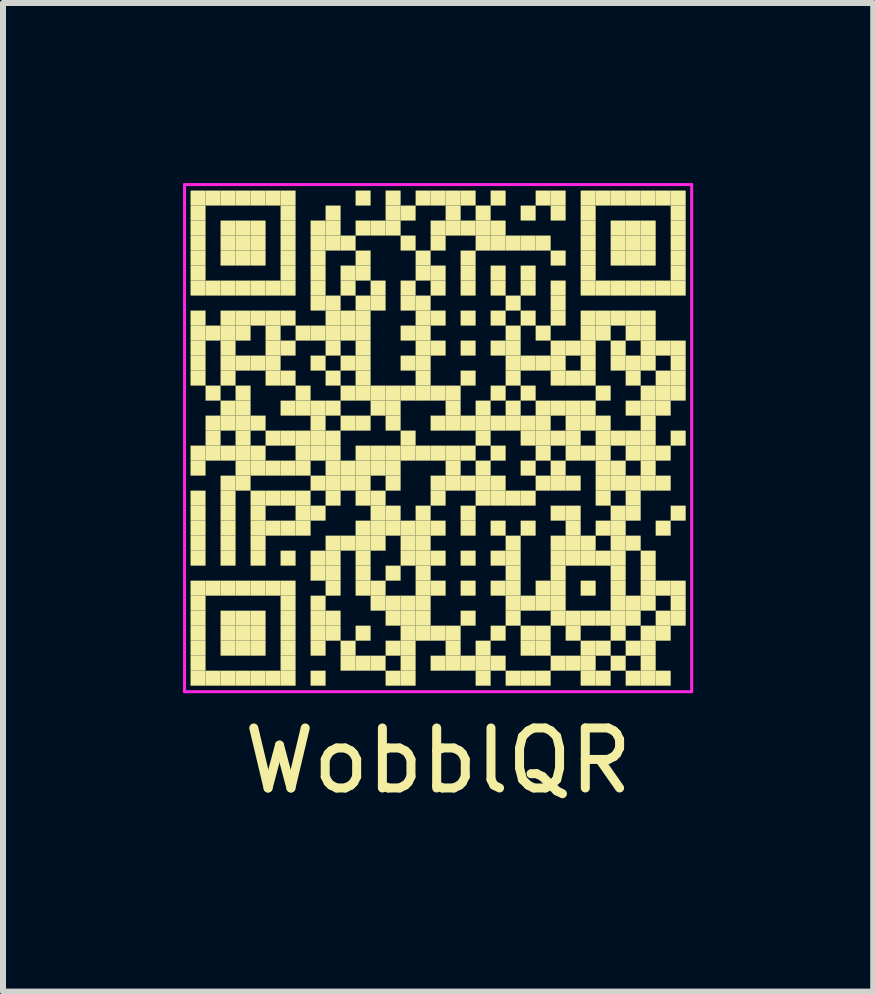
<source format=kicad_pcb>
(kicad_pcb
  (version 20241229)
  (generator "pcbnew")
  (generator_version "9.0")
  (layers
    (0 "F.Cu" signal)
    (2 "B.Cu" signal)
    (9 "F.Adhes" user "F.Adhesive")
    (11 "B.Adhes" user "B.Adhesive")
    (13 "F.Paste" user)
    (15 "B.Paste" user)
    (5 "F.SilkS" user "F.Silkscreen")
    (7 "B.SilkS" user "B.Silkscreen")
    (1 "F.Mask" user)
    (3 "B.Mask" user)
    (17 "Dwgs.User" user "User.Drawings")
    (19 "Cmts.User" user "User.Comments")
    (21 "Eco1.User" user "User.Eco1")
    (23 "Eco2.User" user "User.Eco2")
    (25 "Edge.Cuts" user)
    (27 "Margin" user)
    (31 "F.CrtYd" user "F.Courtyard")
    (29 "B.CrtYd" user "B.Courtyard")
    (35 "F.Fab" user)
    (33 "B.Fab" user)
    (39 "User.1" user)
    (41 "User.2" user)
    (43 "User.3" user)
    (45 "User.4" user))
  (footprint "WobblQR"
    (layer "F.Cu")
    (at 4.25 4.25)
    (property "Reference" "WobblQR" (at 0 5.375 0) (layer "F.SilkS") (effects (font (size 1 1) (thickness 0.15))))
    (fp_rect (start -4.125 -4.125) (end -3.875 -3.875) (stroke (width 0) (type default)) (fill yes) (layer "F.SilkS"))
    (fp_rect (start -4.125 -3.875) (end -3.875 -3.625) (stroke (width 0) (type default)) (fill yes) (layer "F.SilkS"))
    (fp_rect (start -4.125 -3.625) (end -3.875 -3.375) (stroke (width 0) (type default)) (fill yes) (layer "F.SilkS"))
    (fp_rect (start -4.125 -3.375) (end -3.875 -3.125) (stroke (width 0) (type default)) (fill yes) (layer "F.SilkS"))
    (fp_rect (start -4.125 -3.125) (end -3.875 -2.875) (stroke (width 0) (type default)) (fill yes) (layer "F.SilkS"))
    (fp_rect (start -4.125 -2.875) (end -3.875 -2.625) (stroke (width 0) (type default)) (fill yes) (layer "F.SilkS"))
    (fp_rect (start -4.125 -2.625) (end -3.875 -2.375) (stroke (width 0) (type default)) (fill yes) (layer "F.SilkS"))
    (fp_rect (start -4.125 -2.125) (end -3.875 -1.875) (stroke (width 0) (type default)) (fill yes) (layer "F.SilkS"))
    (fp_rect (start -4.125 -1.875) (end -3.875 -1.625) (stroke (width 0) (type default)) (fill yes) (layer "F.SilkS"))
    (fp_rect (start -4.125 -1.625) (end -3.875 -1.375) (stroke (width 0) (type default)) (fill yes) (layer "F.SilkS"))
    (fp_rect (start -4.125 -1.375) (end -3.875 -1.125) (stroke (width 0) (type default)) (fill yes) (layer "F.SilkS"))
    (fp_rect (start -4.125 -1.125) (end -3.875 -0.875) (stroke (width 0) (type default)) (fill yes) (layer "F.SilkS"))
    (fp_rect (start -4.125 0.125) (end -3.875 0.375) (stroke (width 0) (type default)) (fill yes) (layer "F.SilkS"))
    (fp_rect (start -4.125 0.375) (end -3.875 0.625) (stroke (width 0) (type default)) (fill yes) (layer "F.SilkS"))
    (fp_rect (start -4.125 0.875) (end -3.875 1.125) (stroke (width 0) (type default)) (fill yes) (layer "F.SilkS"))
    (fp_rect (start -4.125 1.125) (end -3.875 1.375) (stroke (width 0) (type default)) (fill yes) (layer "F.SilkS"))
    (fp_rect (start -4.125 1.375) (end -3.875 1.625) (stroke (width 0) (type default)) (fill yes) (layer "F.SilkS"))
    (fp_rect (start -4.125 1.625) (end -3.875 1.875) (stroke (width 0) (type default)) (fill yes) (layer "F.SilkS"))
    (fp_rect (start -4.125 1.875) (end -3.875 2.125) (stroke (width 0) (type default)) (fill yes) (layer "F.SilkS"))
    (fp_rect (start -4.125 2.375) (end -3.875 2.625) (stroke (width 0) (type default)) (fill yes) (layer "F.SilkS"))
    (fp_rect (start -4.125 2.625) (end -3.875 2.875) (stroke (width 0) (type default)) (fill yes) (layer "F.SilkS"))
    (fp_rect (start -4.125 2.875) (end -3.875 3.125) (stroke (width 0) (type default)) (fill yes) (layer "F.SilkS"))
    (fp_rect (start -4.125 3.125) (end -3.875 3.375) (stroke (width 0) (type default)) (fill yes) (layer "F.SilkS"))
    (fp_rect (start -4.125 3.375) (end -3.875 3.625) (stroke (width 0) (type default)) (fill yes) (layer "F.SilkS"))
    (fp_rect (start -4.125 3.625) (end -3.875 3.875) (stroke (width 0) (type default)) (fill yes) (layer "F.SilkS"))
    (fp_rect (start -4.125 3.875) (end -3.875 4.125) (stroke (width 0) (type default)) (fill yes) (layer "F.SilkS"))
    (fp_rect (start -3.875 -4.125) (end -3.625 -3.875) (stroke (width 0) (type default)) (fill yes) (layer "F.SilkS"))
    (fp_rect (start -3.875 -2.625) (end -3.625 -2.375) (stroke (width 0) (type default)) (fill yes) (layer "F.SilkS"))
    (fp_rect (start -3.875 -1.875) (end -3.625 -1.625) (stroke (width 0) (type default)) (fill yes) (layer "F.SilkS"))
    (fp_rect (start -3.875 -0.875) (end -3.625 -0.625) (stroke (width 0) (type default)) (fill yes) (layer "F.SilkS"))
    (fp_rect (start -3.875 -0.375) (end -3.625 -0.125) (stroke (width 0) (type default)) (fill yes) (layer "F.SilkS"))
    (fp_rect (start -3.875 -0.125) (end -3.625 0.125) (stroke (width 0) (type default)) (fill yes) (layer "F.SilkS"))
    (fp_rect (start -3.875 0.125) (end -3.625 0.375) (stroke (width 0) (type default)) (fill yes) (layer "F.SilkS"))
    (fp_rect (start -3.875 2.375) (end -3.625 2.625) (stroke (width 0) (type default)) (fill yes) (layer "F.SilkS"))
    (fp_rect (start -3.875 3.875) (end -3.625 4.125) (stroke (width 0) (type default)) (fill yes) (layer "F.SilkS"))
    (fp_rect (start -3.625 -4.125) (end -3.375 -3.875) (stroke (width 0) (type default)) (fill yes) (layer "F.SilkS"))
    (fp_rect (start -3.625 -3.625) (end -3.375 -3.375) (stroke (width 0) (type default)) (fill yes) (layer "F.SilkS"))
    (fp_rect (start -3.625 -3.375) (end -3.375 -3.125) (stroke (width 0) (type default)) (fill yes) (layer "F.SilkS"))
    (fp_rect (start -3.625 -3.125) (end -3.375 -2.875) (stroke (width 0) (type default)) (fill yes) (layer "F.SilkS"))
    (fp_rect (start -3.625 -2.625) (end -3.375 -2.375) (stroke (width 0) (type default)) (fill yes) (layer "F.SilkS"))
    (fp_rect (start -3.625 -2.125) (end -3.375 -1.875) (stroke (width 0) (type default)) (fill yes) (layer "F.SilkS"))
    (fp_rect (start -3.625 -1.875) (end -3.375 -1.625) (stroke (width 0) (type default)) (fill yes) (layer "F.SilkS"))
    (fp_rect (start -3.625 -1.625) (end -3.375 -1.375) (stroke (width 0) (type default)) (fill yes) (layer "F.SilkS"))
    (fp_rect (start -3.625 -1.375) (end -3.375 -1.125) (stroke (width 0) (type default)) (fill yes) (layer "F.SilkS"))
    (fp_rect (start -3.625 -1.125) (end -3.375 -0.875) (stroke (width 0) (type default)) (fill yes) (layer "F.SilkS"))
    (fp_rect (start -3.625 -0.625) (end -3.375 -0.375) (stroke (width 0) (type default)) (fill yes) (layer "F.SilkS"))
    (fp_rect (start -3.625 -0.375) (end -3.375 -0.125) (stroke (width 0) (type default)) (fill yes) (layer "F.SilkS"))
    (fp_rect (start -3.625 0.125) (end -3.375 0.375) (stroke (width 0) (type default)) (fill yes) (layer "F.SilkS"))
    (fp_rect (start -3.625 0.625) (end -3.375 0.875) (stroke (width 0) (type default)) (fill yes) (layer "F.SilkS"))
    (fp_rect (start -3.625 0.875) (end -3.375 1.125) (stroke (width 0) (type default)) (fill yes) (layer "F.SilkS"))
    (fp_rect (start -3.625 1.125) (end -3.375 1.375) (stroke (width 0) (type default)) (fill yes) (layer "F.SilkS"))
    (fp_rect (start -3.625 1.375) (end -3.375 1.625) (stroke (width 0) (type default)) (fill yes) (layer "F.SilkS"))
    (fp_rect (start -3.625 1.625) (end -3.375 1.875) (stroke (width 0) (type default)) (fill yes) (layer "F.SilkS"))
    (fp_rect (start -3.625 1.875) (end -3.375 2.125) (stroke (width 0) (type default)) (fill yes) (layer "F.SilkS"))
    (fp_rect (start -3.625 2.375) (end -3.375 2.625) (stroke (width 0) (type default)) (fill yes) (layer "F.SilkS"))
    (fp_rect (start -3.625 2.875) (end -3.375 3.125) (stroke (width 0) (type default)) (fill yes) (layer "F.SilkS"))
    (fp_rect (start -3.625 3.125) (end -3.375 3.375) (stroke (width 0) (type default)) (fill yes) (layer "F.SilkS"))
    (fp_rect (start -3.625 3.375) (end -3.375 3.625) (stroke (width 0) (type default)) (fill yes) (layer "F.SilkS"))
    (fp_rect (start -3.625 3.875) (end -3.375 4.125) (stroke (width 0) (type default)) (fill yes) (layer "F.SilkS"))
    (fp_rect (start -3.375 -4.125) (end -3.125 -3.875) (stroke (width 0) (type default)) (fill yes) (layer "F.SilkS"))
    (fp_rect (start -3.375 -3.625) (end -3.125 -3.375) (stroke (width 0) (type default)) (fill yes) (layer "F.SilkS"))
    (fp_rect (start -3.375 -3.375) (end -3.125 -3.125) (stroke (width 0) (type default)) (fill yes) (layer "F.SilkS"))
    (fp_rect (start -3.375 -3.125) (end -3.125 -2.875) (stroke (width 0) (type default)) (fill yes) (layer "F.SilkS"))
    (fp_rect (start -3.375 -2.625) (end -3.125 -2.375) (stroke (width 0) (type default)) (fill yes) (layer "F.SilkS"))
    (fp_rect (start -3.375 -2.125) (end -3.125 -1.875) (stroke (width 0) (type default)) (fill yes) (layer "F.SilkS"))
    (fp_rect (start -3.375 -1.875) (end -3.125 -1.625) (stroke (width 0) (type default)) (fill yes) (layer "F.SilkS"))
    (fp_rect (start -3.375 -1.375) (end -3.125 -1.125) (stroke (width 0) (type default)) (fill yes) (layer "F.SilkS"))
    (fp_rect (start -3.375 -0.875) (end -3.125 -0.625) (stroke (width 0) (type default)) (fill yes) (layer "F.SilkS"))
    (fp_rect (start -3.375 -0.625) (end -3.125 -0.375) (stroke (width 0) (type default)) (fill yes) (layer "F.SilkS"))
    (fp_rect (start -3.375 -0.375) (end -3.125 -0.125) (stroke (width 0) (type default)) (fill yes) (layer "F.SilkS"))
    (fp_rect (start -3.375 -0.125) (end -3.125 0.125) (stroke (width 0) (type default)) (fill yes) (layer "F.SilkS"))
    (fp_rect (start -3.375 0.125) (end -3.125 0.375) (stroke (width 0) (type default)) (fill yes) (layer "F.SilkS"))
    (fp_rect (start -3.375 0.375) (end -3.125 0.625) (stroke (width 0) (type default)) (fill yes) (layer "F.SilkS"))
    (fp_rect (start -3.375 0.625) (end -3.125 0.875) (stroke (width 0) (type default)) (fill yes) (layer "F.SilkS"))
    (fp_rect (start -3.375 2.375) (end -3.125 2.625) (stroke (width 0) (type default)) (fill yes) (layer "F.SilkS"))
    (fp_rect (start -3.375 2.875) (end -3.125 3.125) (stroke (width 0) (type default)) (fill yes) (layer "F.SilkS"))
    (fp_rect (start -3.375 3.125) (end -3.125 3.375) (stroke (width 0) (type default)) (fill yes) (layer "F.SilkS"))
    (fp_rect (start -3.375 3.375) (end -3.125 3.625) (stroke (width 0) (type default)) (fill yes) (layer "F.SilkS"))
    (fp_rect (start -3.375 3.875) (end -3.125 4.125) (stroke (width 0) (type default)) (fill yes) (layer "F.SilkS"))
    (fp_rect (start -3.125 -4.125) (end -2.875 -3.875) (stroke (width 0) (type default)) (fill yes) (layer "F.SilkS"))
    (fp_rect (start -3.125 -3.625) (end -2.875 -3.375) (stroke (width 0) (type default)) (fill yes) (layer "F.SilkS"))
    (fp_rect (start -3.125 -3.375) (end -2.875 -3.125) (stroke (width 0) (type default)) (fill yes) (layer "F.SilkS"))
    (fp_rect (start -3.125 -3.125) (end -2.875 -2.875) (stroke (width 0) (type default)) (fill yes) (layer "F.SilkS"))
    (fp_rect (start -3.125 -2.625) (end -2.875 -2.375) (stroke (width 0) (type default)) (fill yes) (layer "F.SilkS"))
    (fp_rect (start -3.125 -2.125) (end -2.875 -1.875) (stroke (width 0) (type default)) (fill yes) (layer "F.SilkS"))
    (fp_rect (start -3.125 -1.375) (end -2.875 -1.125) (stroke (width 0) (type default)) (fill yes) (layer "F.SilkS"))
    (fp_rect (start -3.125 -0.375) (end -2.875 -0.125) (stroke (width 0) (type default)) (fill yes) (layer "F.SilkS"))
    (fp_rect (start -3.125 0.125) (end -2.875 0.375) (stroke (width 0) (type default)) (fill yes) (layer "F.SilkS"))
    (fp_rect (start -3.125 0.375) (end -2.875 0.625) (stroke (width 0) (type default)) (fill yes) (layer "F.SilkS"))
    (fp_rect (start -3.125 0.875) (end -2.875 1.125) (stroke (width 0) (type default)) (fill yes) (layer "F.SilkS"))
    (fp_rect (start -3.125 1.125) (end -2.875 1.375) (stroke (width 0) (type default)) (fill yes) (layer "F.SilkS"))
    (fp_rect (start -3.125 1.375) (end -2.875 1.625) (stroke (width 0) (type default)) (fill yes) (layer "F.SilkS"))
    (fp_rect (start -3.125 1.625) (end -2.875 1.875) (stroke (width 0) (type default)) (fill yes) (layer "F.SilkS"))
    (fp_rect (start -3.125 1.875) (end -2.875 2.125) (stroke (width 0) (type default)) (fill yes) (layer "F.SilkS"))
    (fp_rect (start -3.125 2.375) (end -2.875 2.625) (stroke (width 0) (type default)) (fill yes) (layer "F.SilkS"))
    (fp_rect (start -3.125 2.875) (end -2.875 3.125) (stroke (width 0) (type default)) (fill yes) (layer "F.SilkS"))
    (fp_rect (start -3.125 3.125) (end -2.875 3.375) (stroke (width 0) (type default)) (fill yes) (layer "F.SilkS"))
    (fp_rect (start -3.125 3.375) (end -2.875 3.625) (stroke (width 0) (type default)) (fill yes) (layer "F.SilkS"))
    (fp_rect (start -3.125 3.875) (end -2.875 4.125) (stroke (width 0) (type default)) (fill yes) (layer "F.SilkS"))
    (fp_rect (start -2.875 -4.125) (end -2.625 -3.875) (stroke (width 0) (type default)) (fill yes) (layer "F.SilkS"))
    (fp_rect (start -2.875 -2.625) (end -2.625 -2.375) (stroke (width 0) (type default)) (fill yes) (layer "F.SilkS"))
    (fp_rect (start -2.875 -2.125) (end -2.625 -1.875) (stroke (width 0) (type default)) (fill yes) (layer "F.SilkS"))
    (fp_rect (start -2.875 -1.875) (end -2.625 -1.625) (stroke (width 0) (type default)) (fill yes) (layer "F.SilkS"))
    (fp_rect (start -2.875 -1.625) (end -2.625 -1.375) (stroke (width 0) (type default)) (fill yes) (layer "F.SilkS"))
    (fp_rect (start -2.875 -1.375) (end -2.625 -1.125) (stroke (width 0) (type default)) (fill yes) (layer "F.SilkS"))
    (fp_rect (start -2.875 -1.125) (end -2.625 -0.875) (stroke (width 0) (type default)) (fill yes) (layer "F.SilkS"))
    (fp_rect (start -2.875 -0.125) (end -2.625 0.125) (stroke (width 0) (type default)) (fill yes) (layer "F.SilkS"))
    (fp_rect (start -2.875 0.375) (end -2.625 0.625) (stroke (width 0) (type default)) (fill yes) (layer "F.SilkS"))
    (fp_rect (start -2.875 0.875) (end -2.625 1.125) (stroke (width 0) (type default)) (fill yes) (layer "F.SilkS"))
    (fp_rect (start -2.875 1.375) (end -2.625 1.625) (stroke (width 0) (type default)) (fill yes) (layer "F.SilkS"))
    (fp_rect (start -2.875 2.375) (end -2.625 2.625) (stroke (width 0) (type default)) (fill yes) (layer "F.SilkS"))
    (fp_rect (start -2.875 3.875) (end -2.625 4.125) (stroke (width 0) (type default)) (fill yes) (layer "F.SilkS"))
    (fp_rect (start -2.625 -4.125) (end -2.375 -3.875) (stroke (width 0) (type default)) (fill yes) (layer "F.SilkS"))
    (fp_rect (start -2.625 -3.875) (end -2.375 -3.625) (stroke (width 0) (type default)) (fill yes) (layer "F.SilkS"))
    (fp_rect (start -2.625 -3.625) (end -2.375 -3.375) (stroke (width 0) (type default)) (fill yes) (layer "F.SilkS"))
    (fp_rect (start -2.625 -3.375) (end -2.375 -3.125) (stroke (width 0) (type default)) (fill yes) (layer "F.SilkS"))
    (fp_rect (start -2.625 -3.125) (end -2.375 -2.875) (stroke (width 0) (type default)) (fill yes) (layer "F.SilkS"))
    (fp_rect (start -2.625 -2.875) (end -2.375 -2.625) (stroke (width 0) (type default)) (fill yes) (layer "F.SilkS"))
    (fp_rect (start -2.625 -2.625) (end -2.375 -2.375) (stroke (width 0) (type default)) (fill yes) (layer "F.SilkS"))
    (fp_rect (start -2.625 -2.125) (end -2.375 -1.875) (stroke (width 0) (type default)) (fill yes) (layer "F.SilkS"))
    (fp_rect (start -2.625 -1.625) (end -2.375 -1.375) (stroke (width 0) (type default)) (fill yes) (layer "F.SilkS"))
    (fp_rect (start -2.625 -1.125) (end -2.375 -0.875) (stroke (width 0) (type default)) (fill yes) (layer "F.SilkS"))
    (fp_rect (start -2.625 -0.625) (end -2.375 -0.375) (stroke (width 0) (type default)) (fill yes) (layer "F.SilkS"))
    (fp_rect (start -2.625 -0.125) (end -2.375 0.125) (stroke (width 0) (type default)) (fill yes) (layer "F.SilkS"))
    (fp_rect (start -2.625 0.375) (end -2.375 0.625) (stroke (width 0) (type default)) (fill yes) (layer "F.SilkS"))
    (fp_rect (start -2.625 0.875) (end -2.375 1.125) (stroke (width 0) (type default)) (fill yes) (layer "F.SilkS"))
    (fp_rect (start -2.625 1.375) (end -2.375 1.625) (stroke (width 0) (type default)) (fill yes) (layer "F.SilkS"))
    (fp_rect (start -2.625 1.875) (end -2.375 2.125) (stroke (width 0) (type default)) (fill yes) (layer "F.SilkS"))
    (fp_rect (start -2.625 2.375) (end -2.375 2.625) (stroke (width 0) (type default)) (fill yes) (layer "F.SilkS"))
    (fp_rect (start -2.625 2.625) (end -2.375 2.875) (stroke (width 0) (type default)) (fill yes) (layer "F.SilkS"))
    (fp_rect (start -2.625 2.875) (end -2.375 3.125) (stroke (width 0) (type default)) (fill yes) (layer "F.SilkS"))
    (fp_rect (start -2.625 3.125) (end -2.375 3.375) (stroke (width 0) (type default)) (fill yes) (layer "F.SilkS"))
    (fp_rect (start -2.625 3.375) (end -2.375 3.625) (stroke (width 0) (type default)) (fill yes) (layer "F.SilkS"))
    (fp_rect (start -2.625 3.625) (end -2.375 3.875) (stroke (width 0) (type default)) (fill yes) (layer "F.SilkS"))
    (fp_rect (start -2.625 3.875) (end -2.375 4.125) (stroke (width 0) (type default)) (fill yes) (layer "F.SilkS"))
    (fp_rect (start -2.375 -1.875) (end -2.125 -1.625) (stroke (width 0) (type default)) (fill yes) (layer "F.SilkS"))
    (fp_rect (start -2.375 -0.875) (end -2.125 -0.625) (stroke (width 0) (type default)) (fill yes) (layer "F.SilkS"))
    (fp_rect (start -2.375 -0.625) (end -2.125 -0.375) (stroke (width 0) (type default)) (fill yes) (layer "F.SilkS"))
    (fp_rect (start -2.375 -0.125) (end -2.125 0.125) (stroke (width 0) (type default)) (fill yes) (layer "F.SilkS"))
    (fp_rect (start -2.375 0.125) (end -2.125 0.375) (stroke (width 0) (type default)) (fill yes) (layer "F.SilkS"))
    (fp_rect (start -2.375 0.375) (end -2.125 0.625) (stroke (width 0) (type default)) (fill yes) (layer "F.SilkS"))
    (fp_rect (start -2.375 0.875) (end -2.125 1.125) (stroke (width 0) (type default)) (fill yes) (layer "F.SilkS"))
    (fp_rect (start -2.375 1.125) (end -2.125 1.375) (stroke (width 0) (type default)) (fill yes) (layer "F.SilkS"))
    (fp_rect (start -2.375 1.375) (end -2.125 1.625) (stroke (width 0) (type default)) (fill yes) (layer "F.SilkS"))
    (fp_rect (start -2.125 -3.625) (end -1.875 -3.375) (stroke (width 0) (type default)) (fill yes) (layer "F.SilkS"))
    (fp_rect (start -2.125 -3.375) (end -1.875 -3.125) (stroke (width 0) (type default)) (fill yes) (layer "F.SilkS"))
    (fp_rect (start -2.125 -3.125) (end -1.875 -2.875) (stroke (width 0) (type default)) (fill yes) (layer "F.SilkS"))
    (fp_rect (start -2.125 -2.875) (end -1.875 -2.625) (stroke (width 0) (type default)) (fill yes) (layer "F.SilkS"))
    (fp_rect (start -2.125 -2.625) (end -1.875 -2.375) (stroke (width 0) (type default)) (fill yes) (layer "F.SilkS"))
    (fp_rect (start -2.125 -2.375) (end -1.875 -2.125) (stroke (width 0) (type default)) (fill yes) (layer "F.SilkS"))
    (fp_rect (start -2.125 -1.875) (end -1.875 -1.625) (stroke (width 0) (type default)) (fill yes) (layer "F.SilkS"))
    (fp_rect (start -2.125 -1.375) (end -1.875 -1.125) (stroke (width 0) (type default)) (fill yes) (layer "F.SilkS"))
    (fp_rect (start -2.125 -0.625) (end -1.875 -0.375) (stroke (width 0) (type default)) (fill yes) (layer "F.SilkS"))
    (fp_rect (start -2.125 -0.375) (end -1.875 -0.125) (stroke (width 0) (type default)) (fill yes) (layer "F.SilkS"))
    (fp_rect (start -2.125 -0.125) (end -1.875 0.125) (stroke (width 0) (type default)) (fill yes) (layer "F.SilkS"))
    (fp_rect (start -2.125 0.125) (end -1.875 0.375) (stroke (width 0) (type default)) (fill yes) (layer "F.SilkS"))
    (fp_rect (start -2.125 0.625) (end -1.875 0.875) (stroke (width 0) (type default)) (fill yes) (layer "F.SilkS"))
    (fp_rect (start -2.125 1.125) (end -1.875 1.375) (stroke (width 0) (type default)) (fill yes) (layer "F.SilkS"))
    (fp_rect (start -2.125 1.875) (end -1.875 2.125) (stroke (width 0) (type default)) (fill yes) (layer "F.SilkS"))
    (fp_rect (start -2.125 2.125) (end -1.875 2.375) (stroke (width 0) (type default)) (fill yes) (layer "F.SilkS"))
    (fp_rect (start -2.125 2.625) (end -1.875 2.875) (stroke (width 0) (type default)) (fill yes) (layer "F.SilkS"))
    (fp_rect (start -2.125 2.875) (end -1.875 3.125) (stroke (width 0) (type default)) (fill yes) (layer "F.SilkS"))
    (fp_rect (start -2.125 3.125) (end -1.875 3.375) (stroke (width 0) (type default)) (fill yes) (layer "F.SilkS"))
    (fp_rect (start -2.125 3.375) (end -1.875 3.625) (stroke (width 0) (type default)) (fill yes) (layer "F.SilkS"))
    (fp_rect (start -2.125 3.875) (end -1.875 4.125) (stroke (width 0) (type default)) (fill yes) (layer "F.SilkS"))
    (fp_rect (start -1.875 -3.875) (end -1.625 -3.625) (stroke (width 0) (type default)) (fill yes) (layer "F.SilkS"))
    (fp_rect (start -1.875 -3.625) (end -1.625 -3.375) (stroke (width 0) (type default)) (fill yes) (layer "F.SilkS"))
    (fp_rect (start -1.875 -3.375) (end -1.625 -3.125) (stroke (width 0) (type default)) (fill yes) (layer "F.SilkS"))
    (fp_rect (start -1.875 -2.375) (end -1.625 -2.125) (stroke (width 0) (type default)) (fill yes) (layer "F.SilkS"))
    (fp_rect (start -1.875 -2.125) (end -1.625 -1.875) (stroke (width 0) (type default)) (fill yes) (layer "F.SilkS"))
    (fp_rect (start -1.875 -1.875) (end -1.625 -1.625) (stroke (width 0) (type default)) (fill yes) (layer "F.SilkS"))
    (fp_rect (start -1.875 -1.625) (end -1.625 -1.375) (stroke (width 0) (type default)) (fill yes) (layer "F.SilkS"))
    (fp_rect (start -1.875 -1.125) (end -1.625 -0.875) (stroke (width 0) (type default)) (fill yes) (layer "F.SilkS"))
    (fp_rect (start -1.875 -0.625) (end -1.625 -0.375) (stroke (width 0) (type default)) (fill yes) (layer "F.SilkS"))
    (fp_rect (start -1.875 -0.125) (end -1.625 0.125) (stroke (width 0) (type default)) (fill yes) (layer "F.SilkS"))
    (fp_rect (start -1.875 0.125) (end -1.625 0.375) (stroke (width 0) (type default)) (fill yes) (layer "F.SilkS"))
    (fp_rect (start -1.875 0.375) (end -1.625 0.625) (stroke (width 0) (type default)) (fill yes) (layer "F.SilkS"))
    (fp_rect (start -1.875 0.625) (end -1.625 0.875) (stroke (width 0) (type default)) (fill yes) (layer "F.SilkS"))
    (fp_rect (start -1.875 0.875) (end -1.625 1.125) (stroke (width 0) (type default)) (fill yes) (layer "F.SilkS"))
    (fp_rect (start -1.875 1.625) (end -1.625 1.875) (stroke (width 0) (type default)) (fill yes) (layer "F.SilkS"))
    (fp_rect (start -1.875 1.875) (end -1.625 2.125) (stroke (width 0) (type default)) (fill yes) (layer "F.SilkS"))
    (fp_rect (start -1.875 2.125) (end -1.625 2.375) (stroke (width 0) (type default)) (fill yes) (layer "F.SilkS"))
    (fp_rect (start -1.875 2.375) (end -1.625 2.625) (stroke (width 0) (type default)) (fill yes) (layer "F.SilkS"))
    (fp_rect (start -1.875 2.875) (end -1.625 3.125) (stroke (width 0) (type default)) (fill yes) (layer "F.SilkS"))
    (fp_rect (start -1.875 3.125) (end -1.625 3.375) (stroke (width 0) (type default)) (fill yes) (layer "F.SilkS"))
    (fp_rect (start -1.625 -3.375) (end -1.375 -3.125) (stroke (width 0) (type default)) (fill yes) (layer "F.SilkS"))
    (fp_rect (start -1.625 -2.875) (end -1.375 -2.625) (stroke (width 0) (type default)) (fill yes) (layer "F.SilkS"))
    (fp_rect (start -1.625 -2.625) (end -1.375 -2.375) (stroke (width 0) (type default)) (fill yes) (layer "F.SilkS"))
    (fp_rect (start -1.625 -2.125) (end -1.375 -1.875) (stroke (width 0) (type default)) (fill yes) (layer "F.SilkS"))
    (fp_rect (start -1.625 -1.875) (end -1.375 -1.625) (stroke (width 0) (type default)) (fill yes) (layer "F.SilkS"))
    (fp_rect (start -1.625 -1.375) (end -1.375 -1.125) (stroke (width 0) (type default)) (fill yes) (layer "F.SilkS"))
    (fp_rect (start -1.625 -0.875) (end -1.375 -0.625) (stroke (width 0) (type default)) (fill yes) (layer "F.SilkS"))
    (fp_rect (start -1.625 -0.375) (end -1.375 -0.125) (stroke (width 0) (type default)) (fill yes) (layer "F.SilkS"))
    (fp_rect (start -1.625 0.375) (end -1.375 0.625) (stroke (width 0) (type default)) (fill yes) (layer "F.SilkS"))
    (fp_rect (start -1.625 0.625) (end -1.375 0.875) (stroke (width 0) (type default)) (fill yes) (layer "F.SilkS"))
    (fp_rect (start -1.625 1.625) (end -1.375 1.875) (stroke (width 0) (type default)) (fill yes) (layer "F.SilkS"))
    (fp_rect (start -1.625 3.375) (end -1.375 3.625) (stroke (width 0) (type default)) (fill yes) (layer "F.SilkS"))
    (fp_rect (start -1.625 3.625) (end -1.375 3.875) (stroke (width 0) (type default)) (fill yes) (layer "F.SilkS"))
    (fp_rect (start -1.375 -4.125) (end -1.125 -3.875) (stroke (width 0) (type default)) (fill yes) (layer "F.SilkS"))
    (fp_rect (start -1.375 -3.625) (end -1.125 -3.375) (stroke (width 0) (type default)) (fill yes) (layer "F.SilkS"))
    (fp_rect (start -1.375 -3.125) (end -1.125 -2.875) (stroke (width 0) (type default)) (fill yes) (layer "F.SilkS"))
    (fp_rect (start -1.375 -2.875) (end -1.125 -2.625) (stroke (width 0) (type default)) (fill yes) (layer "F.SilkS"))
    (fp_rect (start -1.375 -2.375) (end -1.125 -2.125) (stroke (width 0) (type default)) (fill yes) (layer "F.SilkS"))
    (fp_rect (start -1.375 -2.125) (end -1.125 -1.875) (stroke (width 0) (type default)) (fill yes) (layer "F.SilkS"))
    (fp_rect (start -1.375 -1.875) (end -1.125 -1.625) (stroke (width 0) (type default)) (fill yes) (layer "F.SilkS"))
    (fp_rect (start -1.375 -1.625) (end -1.125 -1.375) (stroke (width 0) (type default)) (fill yes) (layer "F.SilkS"))
    (fp_rect (start -1.375 -1.375) (end -1.125 -1.125) (stroke (width 0) (type default)) (fill yes) (layer "F.SilkS"))
    (fp_rect (start -1.375 -1.125) (end -1.125 -0.875) (stroke (width 0) (type default)) (fill yes) (layer "F.SilkS"))
    (fp_rect (start -1.375 -0.875) (end -1.125 -0.625) (stroke (width 0) (type default)) (fill yes) (layer "F.SilkS"))
    (fp_rect (start -1.375 -0.375) (end -1.125 -0.125) (stroke (width 0) (type default)) (fill yes) (layer "F.SilkS"))
    (fp_rect (start -1.375 0.125) (end -1.125 0.375) (stroke (width 0) (type default)) (fill yes) (layer "F.SilkS"))
    (fp_rect (start -1.375 0.375) (end -1.125 0.625) (stroke (width 0) (type default)) (fill yes) (layer "F.SilkS"))
    (fp_rect (start -1.375 0.625) (end -1.125 0.875) (stroke (width 0) (type default)) (fill yes) (layer "F.SilkS"))
    (fp_rect (start -1.375 0.875) (end -1.125 1.125) (stroke (width 0) (type default)) (fill yes) (layer "F.SilkS"))
    (fp_rect (start -1.375 1.375) (end -1.125 1.625) (stroke (width 0) (type default)) (fill yes) (layer "F.SilkS"))
    (fp_rect (start -1.375 1.625) (end -1.125 1.875) (stroke (width 0) (type default)) (fill yes) (layer "F.SilkS"))
    (fp_rect (start -1.375 1.875) (end -1.125 2.125) (stroke (width 0) (type default)) (fill yes) (layer "F.SilkS"))
    (fp_rect (start -1.375 2.125) (end -1.125 2.375) (stroke (width 0) (type default)) (fill yes) (layer "F.SilkS"))
    (fp_rect (start -1.375 2.375) (end -1.125 2.625) (stroke (width 0) (type default)) (fill yes) (layer "F.SilkS"))
    (fp_rect (start -1.375 3.125) (end -1.125 3.375) (stroke (width 0) (type default)) (fill yes) (layer "F.SilkS"))
    (fp_rect (start -1.375 3.625) (end -1.125 3.875) (stroke (width 0) (type default)) (fill yes) (layer "F.SilkS"))
    (fp_rect (start -1.125 -3.625) (end -0.875 -3.375) (stroke (width 0) (type default)) (fill yes) (layer "F.SilkS"))
    (fp_rect (start -1.125 -2.625) (end -0.875 -2.375) (stroke (width 0) (type default)) (fill yes) (layer "F.SilkS"))
    (fp_rect (start -1.125 -2.375) (end -0.875 -2.125) (stroke (width 0) (type default)) (fill yes) (layer "F.SilkS"))
    (fp_rect (start -1.125 -0.875) (end -0.875 -0.625) (stroke (width 0) (type default)) (fill yes) (layer "F.SilkS"))
    (fp_rect (start -1.125 -0.625) (end -0.875 -0.375) (stroke (width 0) (type default)) (fill yes) (layer "F.SilkS"))
    (fp_rect (start -1.125 0.125) (end -0.875 0.375) (stroke (width 0) (type default)) (fill yes) (layer "F.SilkS"))
    (fp_rect (start -1.125 0.375) (end -0.875 0.625) (stroke (width 0) (type default)) (fill yes) (layer "F.SilkS"))
    (fp_rect (start -1.125 0.875) (end -0.875 1.125) (stroke (width 0) (type default)) (fill yes) (layer "F.SilkS"))
    (fp_rect (start -1.125 1.125) (end -0.875 1.375) (stroke (width 0) (type default)) (fill yes) (layer "F.SilkS"))
    (fp_rect (start -1.125 1.375) (end -0.875 1.625) (stroke (width 0) (type default)) (fill yes) (layer "F.SilkS"))
    (fp_rect (start -1.125 1.625) (end -0.875 1.875) (stroke (width 0) (type default)) (fill yes) (layer "F.SilkS"))
    (fp_rect (start -1.125 2.375) (end -0.875 2.625) (stroke (width 0) (type default)) (fill yes) (layer "F.SilkS"))
    (fp_rect (start -1.125 2.625) (end -0.875 2.875) (stroke (width 0) (type default)) (fill yes) (layer "F.SilkS"))
    (fp_rect (start -1.125 3.625) (end -0.875 3.875) (stroke (width 0) (type default)) (fill yes) (layer "F.SilkS"))
    (fp_rect (start -0.875 -4.125) (end -0.625 -3.875) (stroke (width 0) (type default)) (fill yes) (layer "F.SilkS"))
    (fp_rect (start -0.875 -3.875) (end -0.625 -3.625) (stroke (width 0) (type default)) (fill yes) (layer "F.SilkS"))
    (fp_rect (start -0.875 -3.625) (end -0.625 -3.375) (stroke (width 0) (type default)) (fill yes) (layer "F.SilkS"))
    (fp_rect (start -0.875 -0.875) (end -0.625 -0.625) (stroke (width 0) (type default)) (fill yes) (layer "F.SilkS"))
    (fp_rect (start -0.875 -0.625) (end -0.625 -0.375) (stroke (width 0) (type default)) (fill yes) (layer "F.SilkS"))
    (fp_rect (start -0.875 -0.375) (end -0.625 -0.125) (stroke (width 0) (type default)) (fill yes) (layer "F.SilkS"))
    (fp_rect (start -0.875 0.125) (end -0.625 0.375) (stroke (width 0) (type default)) (fill yes) (layer "F.SilkS"))
    (fp_rect (start -0.875 0.375) (end -0.625 0.625) (stroke (width 0) (type default)) (fill yes) (layer "F.SilkS"))
    (fp_rect (start -0.875 0.625) (end -0.625 0.875) (stroke (width 0) (type default)) (fill yes) (layer "F.SilkS"))
    (fp_rect (start -0.875 1.125) (end -0.625 1.375) (stroke (width 0) (type default)) (fill yes) (layer "F.SilkS"))
    (fp_rect (start -0.875 1.375) (end -0.625 1.625) (stroke (width 0) (type default)) (fill yes) (layer "F.SilkS"))
    (fp_rect (start -0.875 2.125) (end -0.625 2.375) (stroke (width 0) (type default)) (fill yes) (layer "F.SilkS"))
    (fp_rect (start -0.875 2.625) (end -0.625 2.875) (stroke (width 0) (type default)) (fill yes) (layer "F.SilkS"))
    (fp_rect (start -0.875 2.875) (end -0.625 3.125) (stroke (width 0) (type default)) (fill yes) (layer "F.SilkS"))
    (fp_rect (start -0.875 3.375) (end -0.625 3.625) (stroke (width 0) (type default)) (fill yes) (layer "F.SilkS"))
    (fp_rect (start -0.875 3.875) (end -0.625 4.125) (stroke (width 0) (type default)) (fill yes) (layer "F.SilkS"))
    (fp_rect (start -0.625 -3.875) (end -0.375 -3.625) (stroke (width 0) (type default)) (fill yes) (layer "F.SilkS"))
    (fp_rect (start -0.625 -3.375) (end -0.375 -3.125) (stroke (width 0) (type default)) (fill yes) (layer "F.SilkS"))
    (fp_rect (start -0.625 -2.625) (end -0.375 -2.375) (stroke (width 0) (type default)) (fill yes) (layer "F.SilkS"))
    (fp_rect (start -0.625 -2.375) (end -0.375 -2.125) (stroke (width 0) (type default)) (fill yes) (layer "F.SilkS"))
    (fp_rect (start -0.625 -1.875) (end -0.375 -1.625) (stroke (width 0) (type default)) (fill yes) (layer "F.SilkS"))
    (fp_rect (start -0.625 -1.375) (end -0.375 -1.125) (stroke (width 0) (type default)) (fill yes) (layer "F.SilkS"))
    (fp_rect (start -0.625 -0.875) (end -0.375 -0.625) (stroke (width 0) (type default)) (fill yes) (layer "F.SilkS"))
    (fp_rect (start -0.625 -0.125) (end -0.375 0.125) (stroke (width 0) (type default)) (fill yes) (layer "F.SilkS"))
    (fp_rect (start -0.625 0.125) (end -0.375 0.375) (stroke (width 0) (type default)) (fill yes) (layer "F.SilkS"))
    (fp_rect (start -0.625 1.375) (end -0.375 1.625) (stroke (width 0) (type default)) (fill yes) (layer "F.SilkS"))
    (fp_rect (start -0.625 1.625) (end -0.375 1.875) (stroke (width 0) (type default)) (fill yes) (layer "F.SilkS"))
    (fp_rect (start -0.625 1.875) (end -0.375 2.125) (stroke (width 0) (type default)) (fill yes) (layer "F.SilkS"))
    (fp_rect (start -0.625 2.625) (end -0.375 2.875) (stroke (width 0) (type default)) (fill yes) (layer "F.SilkS"))
    (fp_rect (start -0.625 2.875) (end -0.375 3.125) (stroke (width 0) (type default)) (fill yes) (layer "F.SilkS"))
    (fp_rect (start -0.625 3.125) (end -0.375 3.375) (stroke (width 0) (type default)) (fill yes) (layer "F.SilkS"))
    (fp_rect (start -0.625 3.375) (end -0.375 3.625) (stroke (width 0) (type default)) (fill yes) (layer "F.SilkS"))
    (fp_rect (start -0.625 3.625) (end -0.375 3.875) (stroke (width 0) (type default)) (fill yes) (layer "F.SilkS"))
    (fp_rect (start -0.625 3.875) (end -0.375 4.125) (stroke (width 0) (type default)) (fill yes) (layer "F.SilkS"))
    (fp_rect (start -0.375 -4.125) (end -0.125 -3.875) (stroke (width 0) (type default)) (fill yes) (layer "F.SilkS"))
    (fp_rect (start -0.375 -3.125) (end -0.125 -2.875) (stroke (width 0) (type default)) (fill yes) (layer "F.SilkS"))
    (fp_rect (start -0.375 -2.875) (end -0.125 -2.625) (stroke (width 0) (type default)) (fill yes) (layer "F.SilkS"))
    (fp_rect (start -0.375 -2.375) (end -0.125 -2.125) (stroke (width 0) (type default)) (fill yes) (layer "F.SilkS"))
    (fp_rect (start -0.375 -2.125) (end -0.125 -1.875) (stroke (width 0) (type default)) (fill yes) (layer "F.SilkS"))
    (fp_rect (start -0.375 -1.875) (end -0.125 -1.625) (stroke (width 0) (type default)) (fill yes) (layer "F.SilkS"))
    (fp_rect (start -0.375 -1.625) (end -0.125 -1.375) (stroke (width 0) (type default)) (fill yes) (layer "F.SilkS"))
    (fp_rect (start -0.375 -1.375) (end -0.125 -1.125) (stroke (width 0) (type default)) (fill yes) (layer "F.SilkS"))
    (fp_rect (start -0.375 -1.125) (end -0.125 -0.875) (stroke (width 0) (type default)) (fill yes) (layer "F.SilkS"))
    (fp_rect (start -0.375 -0.875) (end -0.125 -0.625) (stroke (width 0) (type default)) (fill yes) (layer "F.SilkS"))
    (fp_rect (start -0.375 0.125) (end -0.125 0.375) (stroke (width 0) (type default)) (fill yes) (layer "F.SilkS"))
    (fp_rect (start -0.375 1.125) (end -0.125 1.375) (stroke (width 0) (type default)) (fill yes) (layer "F.SilkS"))
    (fp_rect (start -0.375 1.375) (end -0.125 1.625) (stroke (width 0) (type default)) (fill yes) (layer "F.SilkS"))
    (fp_rect (start -0.375 1.625) (end -0.125 1.875) (stroke (width 0) (type default)) (fill yes) (layer "F.SilkS"))
    (fp_rect (start -0.375 1.875) (end -0.125 2.125) (stroke (width 0) (type default)) (fill yes) (layer "F.SilkS"))
    (fp_rect (start -0.375 2.125) (end -0.125 2.375) (stroke (width 0) (type default)) (fill yes) (layer "F.SilkS"))
    (fp_rect (start -0.375 2.375) (end -0.125 2.625) (stroke (width 0) (type default)) (fill yes) (layer "F.SilkS"))
    (fp_rect (start -0.375 2.625) (end -0.125 2.875) (stroke (width 0) (type default)) (fill yes) (layer "F.SilkS"))
    (fp_rect (start -0.375 2.875) (end -0.125 3.125) (stroke (width 0) (type default)) (fill yes) (layer "F.SilkS"))
    (fp_rect (start -0.375 3.125) (end -0.125 3.375) (stroke (width 0) (type default)) (fill yes) (layer "F.SilkS"))
    (fp_rect (start -0.125 -4.125) (end 0.125 -3.875) (stroke (width 0) (type default)) (fill yes) (layer "F.SilkS"))
    (fp_rect (start -0.125 -3.625) (end 0.125 -3.375) (stroke (width 0) (type default)) (fill yes) (layer "F.SilkS"))
    (fp_rect (start -0.125 -3.375) (end 0.125 -3.125) (stroke (width 0) (type default)) (fill yes) (layer "F.SilkS"))
    (fp_rect (start -0.125 -2.875) (end 0.125 -2.625) (stroke (width 0) (type default)) (fill yes) (layer "F.SilkS"))
    (fp_rect (start -0.125 -2.625) (end 0.125 -2.375) (stroke (width 0) (type default)) (fill yes) (layer "F.SilkS"))
    (fp_rect (start -0.125 -2.125) (end 0.125 -1.875) (stroke (width 0) (type default)) (fill yes) (layer "F.SilkS"))
    (fp_rect (start -0.125 -1.625) (end 0.125 -1.375) (stroke (width 0) (type default)) (fill yes) (layer "F.SilkS"))
    (fp_rect (start -0.125 -0.875) (end 0.125 -0.625) (stroke (width 0) (type default)) (fill yes) (layer "F.SilkS"))
    (fp_rect (start -0.125 -0.375) (end 0.125 -0.125) (stroke (width 0) (type default)) (fill yes) (layer "F.SilkS"))
    (fp_rect (start -0.125 0.125) (end 0.125 0.375) (stroke (width 0) (type default)) (fill yes) (layer "F.SilkS"))
    (fp_rect (start -0.125 0.625) (end 0.125 0.875) (stroke (width 0) (type default)) (fill yes) (layer "F.SilkS"))
    (fp_rect (start -0.125 0.875) (end 0.125 1.125) (stroke (width 0) (type default)) (fill yes) (layer "F.SilkS"))
    (fp_rect (start -0.125 1.375) (end 0.125 1.625) (stroke (width 0) (type default)) (fill yes) (layer "F.SilkS"))
    (fp_rect (start -0.125 1.875) (end 0.125 2.125) (stroke (width 0) (type default)) (fill yes) (layer "F.SilkS"))
    (fp_rect (start -0.125 2.375) (end 0.125 2.625) (stroke (width 0) (type default)) (fill yes) (layer "F.SilkS"))
    (fp_rect (start -0.125 3.125) (end 0.125 3.375) (stroke (width 0) (type default)) (fill yes) (layer "F.SilkS"))
    (fp_rect (start -0.125 3.625) (end 0.125 3.875) (stroke (width 0) (type default)) (fill yes) (layer "F.SilkS"))
    (fp_rect (start 0.125 -4.125) (end 0.375 -3.875) (stroke (width 0) (type default)) (fill yes) (layer "F.SilkS"))
    (fp_rect (start 0.125 -3.875) (end 0.375 -3.625) (stroke (width 0) (type default)) (fill yes) (layer "F.SilkS"))
    (fp_rect (start 0.125 -3.625) (end 0.375 -3.375) (stroke (width 0) (type default)) (fill yes) (layer "F.SilkS"))
    (fp_rect (start 0.125 -0.875) (end 0.375 -0.625) (stroke (width 0) (type default)) (fill yes) (layer "F.SilkS"))
    (fp_rect (start 0.125 -0.625) (end 0.375 -0.375) (stroke (width 0) (type default)) (fill yes) (layer "F.SilkS"))
    (fp_rect (start 0.125 -0.375) (end 0.375 -0.125) (stroke (width 0) (type default)) (fill yes) (layer "F.SilkS"))
    (fp_rect (start 0.125 0.125) (end 0.375 0.375) (stroke (width 0) (type default)) (fill yes) (layer "F.SilkS"))
    (fp_rect (start 0.125 0.375) (end 0.375 0.625) (stroke (width 0) (type default)) (fill yes) (layer "F.SilkS"))
    (fp_rect (start 0.125 0.625) (end 0.375 0.875) (stroke (width 0) (type default)) (fill yes) (layer "F.SilkS"))
    (fp_rect (start 0.125 3.125) (end 0.375 3.375) (stroke (width 0) (type default)) (fill yes) (layer "F.SilkS"))
    (fp_rect (start 0.125 3.375) (end 0.375 3.625) (stroke (width 0) (type default)) (fill yes) (layer "F.SilkS"))
    (fp_rect (start 0.125 3.625) (end 0.375 3.875) (stroke (width 0) (type default)) (fill yes) (layer "F.SilkS"))
    (fp_rect (start 0.375 -4.125) (end 0.625 -3.875) (stroke (width 0) (type default)) (fill yes) (layer "F.SilkS"))
    (fp_rect (start 0.375 -3.625) (end 0.625 -3.375) (stroke (width 0) (type default)) (fill yes) (layer "F.SilkS"))
    (fp_rect (start 0.375 -3.125) (end 0.625 -2.875) (stroke (width 0) (type default)) (fill yes) (layer "F.SilkS"))
    (fp_rect (start 0.375 -2.875) (end 0.625 -2.625) (stroke (width 0) (type default)) (fill yes) (layer "F.SilkS"))
    (fp_rect (start 0.375 -2.625) (end 0.625 -2.375) (stroke (width 0) (type default)) (fill yes) (layer "F.SilkS"))
    (fp_rect (start 0.375 -2.125) (end 0.625 -1.875) (stroke (width 0) (type default)) (fill yes) (layer "F.SilkS"))
    (fp_rect (start 0.375 -1.625) (end 0.625 -1.375) (stroke (width 0) (type default)) (fill yes) (layer "F.SilkS"))
    (fp_rect (start 0.375 -1.125) (end 0.625 -0.875) (stroke (width 0) (type default)) (fill yes) (layer "F.SilkS"))
    (fp_rect (start 0.375 -0.375) (end 0.625 -0.125) (stroke (width 0) (type default)) (fill yes) (layer "F.SilkS"))
    (fp_rect (start 0.375 0.125) (end 0.625 0.375) (stroke (width 0) (type default)) (fill yes) (layer "F.SilkS"))
    (fp_rect (start 0.375 0.625) (end 0.625 0.875) (stroke (width 0) (type default)) (fill yes) (layer "F.SilkS"))
    (fp_rect (start 0.375 1.125) (end 0.625 1.375) (stroke (width 0) (type default)) (fill yes) (layer "F.SilkS"))
    (fp_rect (start 0.375 1.375) (end 0.625 1.625) (stroke (width 0) (type default)) (fill yes) (layer "F.SilkS"))
    (fp_rect (start 0.375 1.875) (end 0.625 2.125) (stroke (width 0) (type default)) (fill yes) (layer "F.SilkS"))
    (fp_rect (start 0.375 2.375) (end 0.625 2.625) (stroke (width 0) (type default)) (fill yes) (layer "F.SilkS"))
    (fp_rect (start 0.375 2.875) (end 0.625 3.125) (stroke (width 0) (type default)) (fill yes) (layer "F.SilkS"))
    (fp_rect (start 0.375 3.625) (end 0.625 3.875) (stroke (width 0) (type default)) (fill yes) (layer "F.SilkS"))
    (fp_rect (start 0.625 -3.875) (end 0.875 -3.625) (stroke (width 0) (type default)) (fill yes) (layer "F.SilkS"))
    (fp_rect (start 0.625 -3.625) (end 0.875 -3.375) (stroke (width 0) (type default)) (fill yes) (layer "F.SilkS"))
    (fp_rect (start 0.625 -3.375) (end 0.875 -3.125) (stroke (width 0) (type default)) (fill yes) (layer "F.SilkS"))
    (fp_rect (start 0.625 -0.625) (end 0.875 -0.375) (stroke (width 0) (type default)) (fill yes) (layer "F.SilkS"))
    (fp_rect (start 0.625 -0.375) (end 0.875 -0.125) (stroke (width 0) (type default)) (fill yes) (layer "F.SilkS"))
    (fp_rect (start 0.625 -0.125) (end 0.875 0.125) (stroke (width 0) (type default)) (fill yes) (layer "F.SilkS"))
    (fp_rect (start 0.625 0.375) (end 0.875 0.625) (stroke (width 0) (type default)) (fill yes) (layer "F.SilkS"))
    (fp_rect (start 0.625 0.625) (end 0.875 0.875) (stroke (width 0) (type default)) (fill yes) (layer "F.SilkS"))
    (fp_rect (start 0.625 0.875) (end 0.875 1.125) (stroke (width 0) (type default)) (fill yes) (layer "F.SilkS"))
    (fp_rect (start 0.625 3.375) (end 0.875 3.625) (stroke (width 0) (type default)) (fill yes) (layer "F.SilkS"))
    (fp_rect (start 0.625 3.625) (end 0.875 3.875) (stroke (width 0) (type default)) (fill yes) (layer "F.SilkS"))
    (fp_rect (start 0.625 3.875) (end 0.875 4.125) (stroke (width 0) (type default)) (fill yes) (layer "F.SilkS"))
    (fp_rect (start 0.875 -4.125) (end 1.125 -3.875) (stroke (width 0) (type default)) (fill yes) (layer "F.SilkS"))
    (fp_rect (start 0.875 -3.625) (end 1.125 -3.375) (stroke (width 0) (type default)) (fill yes) (layer "F.SilkS"))
    (fp_rect (start 0.875 -3.375) (end 1.125 -3.125) (stroke (width 0) (type default)) (fill yes) (layer "F.SilkS"))
    (fp_rect (start 0.875 -2.875) (end 1.125 -2.625) (stroke (width 0) (type default)) (fill yes) (layer "F.SilkS"))
    (fp_rect (start 0.875 -2.625) (end 1.125 -2.375) (stroke (width 0) (type default)) (fill yes) (layer "F.SilkS"))
    (fp_rect (start 0.875 -2.125) (end 1.125 -1.875) (stroke (width 0) (type default)) (fill yes) (layer "F.SilkS"))
    (fp_rect (start 0.875 -1.625) (end 1.125 -1.375) (stroke (width 0) (type default)) (fill yes) (layer "F.SilkS"))
    (fp_rect (start 0.875 -0.875) (end 1.125 -0.625) (stroke (width 0) (type default)) (fill yes) (layer "F.SilkS"))
    (fp_rect (start 0.875 -0.375) (end 1.125 -0.125) (stroke (width 0) (type default)) (fill yes) (layer "F.SilkS"))
    (fp_rect (start 0.875 0.125) (end 1.125 0.375) (stroke (width 0) (type default)) (fill yes) (layer "F.SilkS"))
    (fp_rect (start 0.875 0.625) (end 1.125 0.875) (stroke (width 0) (type default)) (fill yes) (layer "F.SilkS"))
    (fp_rect (start 0.875 0.875) (end 1.125 1.125) (stroke (width 0) (type default)) (fill yes) (layer "F.SilkS"))
    (fp_rect (start 0.875 1.375) (end 1.125 1.625) (stroke (width 0) (type default)) (fill yes) (layer "F.SilkS"))
    (fp_rect (start 0.875 1.875) (end 1.125 2.125) (stroke (width 0) (type default)) (fill yes) (layer "F.SilkS"))
    (fp_rect (start 0.875 2.375) (end 1.125 2.625) (stroke (width 0) (type default)) (fill yes) (layer "F.SilkS"))
    (fp_rect (start 0.875 3.125) (end 1.125 3.375) (stroke (width 0) (type default)) (fill yes) (layer "F.SilkS"))
    (fp_rect (start 0.875 3.625) (end 1.125 3.875) (stroke (width 0) (type default)) (fill yes) (layer "F.SilkS"))
    (fp_rect (start 1.125 -3.375) (end 1.375 -3.125) (stroke (width 0) (type default)) (fill yes) (layer "F.SilkS"))
    (fp_rect (start 1.125 -2.375) (end 1.375 -2.125) (stroke (width 0) (type default)) (fill yes) (layer "F.SilkS"))
    (fp_rect (start 1.125 -1.875) (end 1.375 -1.625) (stroke (width 0) (type default)) (fill yes) (layer "F.SilkS"))
    (fp_rect (start 1.125 -1.625) (end 1.375 -1.375) (stroke (width 0) (type default)) (fill yes) (layer "F.SilkS"))
    (fp_rect (start 1.125 -1.375) (end 1.375 -1.125) (stroke (width 0) (type default)) (fill yes) (layer "F.SilkS"))
    (fp_rect (start 1.125 -1.125) (end 1.375 -0.875) (stroke (width 0) (type default)) (fill yes) (layer "F.SilkS"))
    (fp_rect (start 1.125 -0.625) (end 1.375 -0.375) (stroke (width 0) (type default)) (fill yes) (layer "F.SilkS"))
    (fp_rect (start 1.125 -0.375) (end 1.375 -0.125) (stroke (width 0) (type default)) (fill yes) (layer "F.SilkS"))
    (fp_rect (start 1.125 0.875) (end 1.375 1.125) (stroke (width 0) (type default)) (fill yes) (layer "F.SilkS"))
    (fp_rect (start 1.125 1.625) (end 1.375 1.875) (stroke (width 0) (type default)) (fill yes) (layer "F.SilkS"))
    (fp_rect (start 1.125 1.875) (end 1.375 2.125) (stroke (width 0) (type default)) (fill yes) (layer "F.SilkS"))
    (fp_rect (start 1.125 2.125) (end 1.375 2.375) (stroke (width 0) (type default)) (fill yes) (layer "F.SilkS"))
    (fp_rect (start 1.125 2.375) (end 1.375 2.625) (stroke (width 0) (type default)) (fill yes) (layer "F.SilkS"))
    (fp_rect (start 1.125 2.625) (end 1.375 2.875) (stroke (width 0) (type default)) (fill yes) (layer "F.SilkS"))
    (fp_rect (start 1.125 2.875) (end 1.375 3.125) (stroke (width 0) (type default)) (fill yes) (layer "F.SilkS"))
    (fp_rect (start 1.125 3.875) (end 1.375 4.125) (stroke (width 0) (type default)) (fill yes) (layer "F.SilkS"))
    (fp_rect (start 1.375 -3.875) (end 1.625 -3.625) (stroke (width 0) (type default)) (fill yes) (layer "F.SilkS"))
    (fp_rect (start 1.375 -3.375) (end 1.625 -3.125) (stroke (width 0) (type default)) (fill yes) (layer "F.SilkS"))
    (fp_rect (start 1.375 -2.875) (end 1.625 -2.625) (stroke (width 0) (type default)) (fill yes) (layer "F.SilkS"))
    (fp_rect (start 1.375 -2.625) (end 1.625 -2.375) (stroke (width 0) (type default)) (fill yes) (layer "F.SilkS"))
    (fp_rect (start 1.375 -2.125) (end 1.625 -1.875) (stroke (width 0) (type default)) (fill yes) (layer "F.SilkS"))
    (fp_rect (start 1.375 -1.375) (end 1.625 -1.125) (stroke (width 0) (type default)) (fill yes) (layer "F.SilkS"))
    (fp_rect (start 1.375 -0.875) (end 1.625 -0.625) (stroke (width 0) (type default)) (fill yes) (layer "F.SilkS"))
    (fp_rect (start 1.375 -0.375) (end 1.625 -0.125) (stroke (width 0) (type default)) (fill yes) (layer "F.SilkS"))
    (fp_rect (start 1.375 -0.125) (end 1.625 0.125) (stroke (width 0) (type default)) (fill yes) (layer "F.SilkS"))
    (fp_rect (start 1.375 0.375) (end 1.625 0.625) (stroke (width 0) (type default)) (fill yes) (layer "F.SilkS"))
    (fp_rect (start 1.375 0.875) (end 1.625 1.125) (stroke (width 0) (type default)) (fill yes) (layer "F.SilkS"))
    (fp_rect (start 1.375 1.375) (end 1.625 1.625) (stroke (width 0) (type default)) (fill yes) (layer "F.SilkS"))
    (fp_rect (start 1.375 2.625) (end 1.625 2.875) (stroke (width 0) (type default)) (fill yes) (layer "F.SilkS"))
    (fp_rect (start 1.375 3.125) (end 1.625 3.375) (stroke (width 0) (type default)) (fill yes) (layer "F.SilkS"))
    (fp_rect (start 1.375 3.375) (end 1.625 3.625) (stroke (width 0) (type default)) (fill yes) (layer "F.SilkS"))
    (fp_rect (start 1.375 3.875) (end 1.625 4.125) (stroke (width 0) (type default)) (fill yes) (layer "F.SilkS"))
    (fp_rect (start 1.625 -4.125) (end 1.875 -3.875) (stroke (width 0) (type default)) (fill yes) (layer "F.SilkS"))
    (fp_rect (start 1.625 -3.375) (end 1.875 -3.125) (stroke (width 0) (type default)) (fill yes) (layer "F.SilkS"))
    (fp_rect (start 1.625 -1.875) (end 1.875 -1.625) (stroke (width 0) (type default)) (fill yes) (layer "F.SilkS"))
    (fp_rect (start 1.625 -1.375) (end 1.875 -1.125) (stroke (width 0) (type default)) (fill yes) (layer "F.SilkS"))
    (fp_rect (start 1.625 -0.625) (end 1.875 -0.375) (stroke (width 0) (type default)) (fill yes) (layer "F.SilkS"))
    (fp_rect (start 1.625 -0.375) (end 1.875 -0.125) (stroke (width 0) (type default)) (fill yes) (layer "F.SilkS"))
    (fp_rect (start 1.625 -0.125) (end 1.875 0.125) (stroke (width 0) (type default)) (fill yes) (layer "F.SilkS"))
    (fp_rect (start 1.625 0.125) (end 1.875 0.375) (stroke (width 0) (type default)) (fill yes) (layer "F.SilkS"))
    (fp_rect (start 1.625 0.625) (end 1.875 0.875) (stroke (width 0) (type default)) (fill yes) (layer "F.SilkS"))
    (fp_rect (start 1.625 2.375) (end 1.875 2.625) (stroke (width 0) (type default)) (fill yes) (layer "F.SilkS"))
    (fp_rect (start 1.625 2.625) (end 1.875 2.875) (stroke (width 0) (type default)) (fill yes) (layer "F.SilkS"))
    (fp_rect (start 1.625 3.125) (end 1.875 3.375) (stroke (width 0) (type default)) (fill yes) (layer "F.SilkS"))
    (fp_rect (start 1.625 3.375) (end 1.875 3.625) (stroke (width 0) (type default)) (fill yes) (layer "F.SilkS"))
    (fp_rect (start 1.625 3.875) (end 1.875 4.125) (stroke (width 0) (type default)) (fill yes) (layer "F.SilkS"))
    (fp_rect (start 1.875 -4.125) (end 2.125 -3.875) (stroke (width 0) (type default)) (fill yes) (layer "F.SilkS"))
    (fp_rect (start 1.875 -3.875) (end 2.125 -3.625) (stroke (width 0) (type default)) (fill yes) (layer "F.SilkS"))
    (fp_rect (start 1.875 -3.125) (end 2.125 -2.875) (stroke (width 0) (type default)) (fill yes) (layer "F.SilkS"))
    (fp_rect (start 1.875 -2.625) (end 2.125 -2.375) (stroke (width 0) (type default)) (fill yes) (layer "F.SilkS"))
    (fp_rect (start 1.875 -2.375) (end 2.125 -2.125) (stroke (width 0) (type default)) (fill yes) (layer "F.SilkS"))
    (fp_rect (start 1.875 -2.125) (end 2.125 -1.875) (stroke (width 0) (type default)) (fill yes) (layer "F.SilkS"))
    (fp_rect (start 1.875 -1.625) (end 2.125 -1.375) (stroke (width 0) (type default)) (fill yes) (layer "F.SilkS"))
    (fp_rect (start 1.875 -1.375) (end 2.125 -1.125) (stroke (width 0) (type default)) (fill yes) (layer "F.SilkS"))
    (fp_rect (start 1.875 -1.125) (end 2.125 -0.875) (stroke (width 0) (type default)) (fill yes) (layer "F.SilkS"))
    (fp_rect (start 1.875 -0.625) (end 2.125 -0.375) (stroke (width 0) (type default)) (fill yes) (layer "F.SilkS"))
    (fp_rect (start 1.875 -0.125) (end 2.125 0.125) (stroke (width 0) (type default)) (fill yes) (layer "F.SilkS"))
    (fp_rect (start 1.875 0.375) (end 2.125 0.625) (stroke (width 0) (type default)) (fill yes) (layer "F.SilkS"))
    (fp_rect (start 1.875 0.625) (end 2.125 0.875) (stroke (width 0) (type default)) (fill yes) (layer "F.SilkS"))
    (fp_rect (start 1.875 1.125) (end 2.125 1.375) (stroke (width 0) (type default)) (fill yes) (layer "F.SilkS"))
    (fp_rect (start 1.875 1.625) (end 2.125 1.875) (stroke (width 0) (type default)) (fill yes) (layer "F.SilkS"))
    (fp_rect (start 1.875 1.875) (end 2.125 2.125) (stroke (width 0) (type default)) (fill yes) (layer "F.SilkS"))
    (fp_rect (start 1.875 2.125) (end 2.125 2.375) (stroke (width 0) (type default)) (fill yes) (layer "F.SilkS"))
    (fp_rect (start 1.875 2.375) (end 2.125 2.625) (stroke (width 0) (type default)) (fill yes) (layer "F.SilkS"))
    (fp_rect (start 1.875 2.625) (end 2.125 2.875) (stroke (width 0) (type default)) (fill yes) (layer "F.SilkS"))
    (fp_rect (start 1.875 2.875) (end 2.125 3.125) (stroke (width 0) (type default)) (fill yes) (layer "F.SilkS"))
    (fp_rect (start 1.875 3.625) (end 2.125 3.875) (stroke (width 0) (type default)) (fill yes) (layer "F.SilkS"))
    (fp_rect (start 2.125 -1.625) (end 2.375 -1.375) (stroke (width 0) (type default)) (fill yes) (layer "F.SilkS"))
    (fp_rect (start 2.125 -1.125) (end 2.375 -0.875) (stroke (width 0) (type default)) (fill yes) (layer "F.SilkS"))
    (fp_rect (start 2.125 -0.625) (end 2.375 -0.375) (stroke (width 0) (type default)) (fill yes) (layer "F.SilkS"))
    (fp_rect (start 2.125 -0.375) (end 2.375 -0.125) (stroke (width 0) (type default)) (fill yes) (layer "F.SilkS"))
    (fp_rect (start 2.125 -0.125) (end 2.375 0.125) (stroke (width 0) (type default)) (fill yes) (layer "F.SilkS"))
    (fp_rect (start 2.125 0.125) (end 2.375 0.375) (stroke (width 0) (type default)) (fill yes) (layer "F.SilkS"))
    (fp_rect (start 2.125 0.625) (end 2.375 0.875) (stroke (width 0) (type default)) (fill yes) (layer "F.SilkS"))
    (fp_rect (start 2.125 1.125) (end 2.375 1.375) (stroke (width 0) (type default)) (fill yes) (layer "F.SilkS"))
    (fp_rect (start 2.125 1.375) (end 2.375 1.625) (stroke (width 0) (type default)) (fill yes) (layer "F.SilkS"))
    (fp_rect (start 2.125 1.625) (end 2.375 1.875) (stroke (width 0) (type default)) (fill yes) (layer "F.SilkS"))
    (fp_rect (start 2.125 1.875) (end 2.375 2.125) (stroke (width 0) (type default)) (fill yes) (layer "F.SilkS"))
    (fp_rect (start 2.125 2.875) (end 2.375 3.125) (stroke (width 0) (type default)) (fill yes) (layer "F.SilkS"))
    (fp_rect (start 2.125 3.125) (end 2.375 3.375) (stroke (width 0) (type default)) (fill yes) (layer "F.SilkS"))
    (fp_rect (start 2.125 3.625) (end 2.375 3.875) (stroke (width 0) (type default)) (fill yes) (layer "F.SilkS"))
    (fp_rect (start 2.375 -4.125) (end 2.625 -3.875) (stroke (width 0) (type default)) (fill yes) (layer "F.SilkS"))
    (fp_rect (start 2.375 -3.875) (end 2.625 -3.625) (stroke (width 0) (type default)) (fill yes) (layer "F.SilkS"))
    (fp_rect (start 2.375 -3.625) (end 2.625 -3.375) (stroke (width 0) (type default)) (fill yes) (layer "F.SilkS"))
    (fp_rect (start 2.375 -3.375) (end 2.625 -3.125) (stroke (width 0) (type default)) (fill yes) (layer "F.SilkS"))
    (fp_rect (start 2.375 -3.125) (end 2.625 -2.875) (stroke (width 0) (type default)) (fill yes) (layer "F.SilkS"))
    (fp_rect (start 2.375 -2.875) (end 2.625 -2.625) (stroke (width 0) (type default)) (fill yes) (layer "F.SilkS"))
    (fp_rect (start 2.375 -2.625) (end 2.625 -2.375) (stroke (width 0) (type default)) (fill yes) (layer "F.SilkS"))
    (fp_rect (start 2.375 -2.125) (end 2.625 -1.875) (stroke (width 0) (type default)) (fill yes) (layer "F.SilkS"))
    (fp_rect (start 2.375 -1.875) (end 2.625 -1.625) (stroke (width 0) (type default)) (fill yes) (layer "F.SilkS"))
    (fp_rect (start 2.375 -1.625) (end 2.625 -1.375) (stroke (width 0) (type default)) (fill yes) (layer "F.SilkS"))
    (fp_rect (start 2.375 -1.375) (end 2.625 -1.125) (stroke (width 0) (type default)) (fill yes) (layer "F.SilkS"))
    (fp_rect (start 2.375 -1.125) (end 2.625 -0.875) (stroke (width 0) (type default)) (fill yes) (layer "F.SilkS"))
    (fp_rect (start 2.375 -0.625) (end 2.625 -0.375) (stroke (width 0) (type default)) (fill yes) (layer "F.SilkS"))
    (fp_rect (start 2.375 -0.375) (end 2.625 -0.125) (stroke (width 0) (type default)) (fill yes) (layer "F.SilkS"))
    (fp_rect (start 2.375 0.125) (end 2.625 0.375) (stroke (width 0) (type default)) (fill yes) (layer "F.SilkS"))
    (fp_rect (start 2.375 1.625) (end 2.625 1.875) (stroke (width 0) (type default)) (fill yes) (layer "F.SilkS"))
    (fp_rect (start 2.375 1.875) (end 2.625 2.125) (stroke (width 0) (type default)) (fill yes) (layer "F.SilkS"))
    (fp_rect (start 2.375 2.375) (end 2.625 2.625) (stroke (width 0) (type default)) (fill yes) (layer "F.SilkS"))
    (fp_rect (start 2.375 2.875) (end 2.625 3.125) (stroke (width 0) (type default)) (fill yes) (layer "F.SilkS"))
    (fp_rect (start 2.375 3.375) (end 2.625 3.625) (stroke (width 0) (type default)) (fill yes) (layer "F.SilkS"))
    (fp_rect (start 2.375 3.625) (end 2.625 3.875) (stroke (width 0) (type default)) (fill yes) (layer "F.SilkS"))
    (fp_rect (start 2.375 3.875) (end 2.625 4.125) (stroke (width 0) (type default)) (fill yes) (layer "F.SilkS"))
    (fp_rect (start 2.625 -4.125) (end 2.875 -3.875) (stroke (width 0) (type default)) (fill yes) (layer "F.SilkS"))
    (fp_rect (start 2.625 -2.625) (end 2.875 -2.375) (stroke (width 0) (type default)) (fill yes) (layer "F.SilkS"))
    (fp_rect (start 2.625 -2.125) (end 2.875 -1.875) (stroke (width 0) (type default)) (fill yes) (layer "F.SilkS"))
    (fp_rect (start 2.625 -1.875) (end 2.875 -1.625) (stroke (width 0) (type default)) (fill yes) (layer "F.SilkS"))
    (fp_rect (start 2.625 -0.875) (end 2.875 -0.625) (stroke (width 0) (type default)) (fill yes) (layer "F.SilkS"))
    (fp_rect (start 2.625 -0.375) (end 2.875 -0.125) (stroke (width 0) (type default)) (fill yes) (layer "F.SilkS"))
    (fp_rect (start 2.625 -0.125) (end 2.875 0.125) (stroke (width 0) (type default)) (fill yes) (layer "F.SilkS"))
    (fp_rect (start 2.625 0.125) (end 2.875 0.375) (stroke (width 0) (type default)) (fill yes) (layer "F.SilkS"))
    (fp_rect (start 2.625 0.375) (end 2.875 0.625) (stroke (width 0) (type default)) (fill yes) (layer "F.SilkS"))
    (fp_rect (start 2.625 0.625) (end 2.875 0.875) (stroke (width 0) (type default)) (fill yes) (layer "F.SilkS"))
    (fp_rect (start 2.625 0.875) (end 2.875 1.125) (stroke (width 0) (type default)) (fill yes) (layer "F.SilkS"))
    (fp_rect (start 2.625 1.375) (end 2.875 1.625) (stroke (width 0) (type default)) (fill yes) (layer "F.SilkS"))
    (fp_rect (start 2.625 1.875) (end 2.875 2.125) (stroke (width 0) (type default)) (fill yes) (layer "F.SilkS"))
    (fp_rect (start 2.625 2.875) (end 2.875 3.125) (stroke (width 0) (type default)) (fill yes) (layer "F.SilkS"))
    (fp_rect (start 2.625 3.375) (end 2.875 3.625) (stroke (width 0) (type default)) (fill yes) (layer "F.SilkS"))
    (fp_rect (start 2.625 3.875) (end 2.875 4.125) (stroke (width 0) (type default)) (fill yes) (layer "F.SilkS"))
    (fp_rect (start 2.875 -4.125) (end 3.125 -3.875) (stroke (width 0) (type default)) (fill yes) (layer "F.SilkS"))
    (fp_rect (start 2.875 -3.625) (end 3.125 -3.375) (stroke (width 0) (type default)) (fill yes) (layer "F.SilkS"))
    (fp_rect (start 2.875 -3.375) (end 3.125 -3.125) (stroke (width 0) (type default)) (fill yes) (layer "F.SilkS"))
    (fp_rect (start 2.875 -3.125) (end 3.125 -2.875) (stroke (width 0) (type default)) (fill yes) (layer "F.SilkS"))
    (fp_rect (start 2.875 -2.625) (end 3.125 -2.375) (stroke (width 0) (type default)) (fill yes) (layer "F.SilkS"))
    (fp_rect (start 2.875 -2.125) (end 3.125 -1.875) (stroke (width 0) (type default)) (fill yes) (layer "F.SilkS"))
    (fp_rect (start 2.875 -1.625) (end 3.125 -1.375) (stroke (width 0) (type default)) (fill yes) (layer "F.SilkS"))
    (fp_rect (start 2.875 -1.375) (end 3.125 -1.125) (stroke (width 0) (type default)) (fill yes) (layer "F.SilkS"))
    (fp_rect (start 2.875 -0.125) (end 3.125 0.125) (stroke (width 0) (type default)) (fill yes) (layer "F.SilkS"))
    (fp_rect (start 2.875 0.375) (end 3.125 0.625) (stroke (width 0) (type default)) (fill yes) (layer "F.SilkS"))
    (fp_rect (start 2.875 0.625) (end 3.125 0.875) (stroke (width 0) (type default)) (fill yes) (layer "F.SilkS"))
    (fp_rect (start 2.875 1.125) (end 3.125 1.375) (stroke (width 0) (type default)) (fill yes) (layer "F.SilkS"))
    (fp_rect (start 2.875 1.375) (end 3.125 1.625) (stroke (width 0) (type default)) (fill yes) (layer "F.SilkS"))
    (fp_rect (start 2.875 1.625) (end 3.125 1.875) (stroke (width 0) (type default)) (fill yes) (layer "F.SilkS"))
    (fp_rect (start 2.875 1.875) (end 3.125 2.125) (stroke (width 0) (type default)) (fill yes) (layer "F.SilkS"))
    (fp_rect (start 2.875 2.125) (end 3.125 2.375) (stroke (width 0) (type default)) (fill yes) (layer "F.SilkS"))
    (fp_rect (start 2.875 2.375) (end 3.125 2.625) (stroke (width 0) (type default)) (fill yes) (layer "F.SilkS"))
    (fp_rect (start 2.875 2.625) (end 3.125 2.875) (stroke (width 0) (type default)) (fill yes) (layer "F.SilkS"))
    (fp_rect (start 2.875 2.875) (end 3.125 3.125) (stroke (width 0) (type default)) (fill yes) (layer "F.SilkS"))
    (fp_rect (start 2.875 3.125) (end 3.125 3.375) (stroke (width 0) (type default)) (fill yes) (layer "F.SilkS"))
    (fp_rect (start 2.875 3.625) (end 3.125 3.875) (stroke (width 0) (type default)) (fill yes) (layer "F.SilkS"))
    (fp_rect (start 3.125 -4.125) (end 3.375 -3.875) (stroke (width 0) (type default)) (fill yes) (layer "F.SilkS"))
    (fp_rect (start 3.125 -3.625) (end 3.375 -3.375) (stroke (width 0) (type default)) (fill yes) (layer "F.SilkS"))
    (fp_rect (start 3.125 -3.375) (end 3.375 -3.125) (stroke (width 0) (type default)) (fill yes) (layer "F.SilkS"))
    (fp_rect (start 3.125 -3.125) (end 3.375 -2.875) (stroke (width 0) (type default)) (fill yes) (layer "F.SilkS"))
    (fp_rect (start 3.125 -2.625) (end 3.375 -2.375) (stroke (width 0) (type default)) (fill yes) (layer "F.SilkS"))
    (fp_rect (start 3.125 -2.125) (end 3.375 -1.875) (stroke (width 0) (type default)) (fill yes) (layer "F.SilkS"))
    (fp_rect (start 3.125 -1.875) (end 3.375 -1.625) (stroke (width 0) (type default)) (fill yes) (layer "F.SilkS"))
    (fp_rect (start 3.125 -1.375) (end 3.375 -1.125) (stroke (width 0) (type default)) (fill yes) (layer "F.SilkS"))
    (fp_rect (start 3.125 -1.125) (end 3.375 -0.875) (stroke (width 0) (type default)) (fill yes) (layer "F.SilkS"))
    (fp_rect (start 3.125 -0.625) (end 3.375 -0.375) (stroke (width 0) (type default)) (fill yes) (layer "F.SilkS"))
    (fp_rect (start 3.125 -0.125) (end 3.375 0.125) (stroke (width 0) (type default)) (fill yes) (layer "F.SilkS"))
    (fp_rect (start 3.125 0.125) (end 3.375 0.375) (stroke (width 0) (type default)) (fill yes) (layer "F.SilkS"))
    (fp_rect (start 3.125 0.625) (end 3.375 0.875) (stroke (width 0) (type default)) (fill yes) (layer "F.SilkS"))
    (fp_rect (start 3.125 0.875) (end 3.375 1.125) (stroke (width 0) (type default)) (fill yes) (layer "F.SilkS"))
    (fp_rect (start 3.125 1.125) (end 3.375 1.375) (stroke (width 0) (type default)) (fill yes) (layer "F.SilkS"))
    (fp_rect (start 3.125 1.625) (end 3.375 1.875) (stroke (width 0) (type default)) (fill yes) (layer "F.SilkS"))
    (fp_rect (start 3.125 2.625) (end 3.375 2.875) (stroke (width 0) (type default)) (fill yes) (layer "F.SilkS"))
    (fp_rect (start 3.125 2.875) (end 3.375 3.125) (stroke (width 0) (type default)) (fill yes) (layer "F.SilkS"))
    (fp_rect (start 3.125 3.375) (end 3.375 3.625) (stroke (width 0) (type default)) (fill yes) (layer "F.SilkS"))
    (fp_rect (start 3.125 3.875) (end 3.375 4.125) (stroke (width 0) (type default)) (fill yes) (layer "F.SilkS"))
    (fp_rect (start 3.375 -4.125) (end 3.625 -3.875) (stroke (width 0) (type default)) (fill yes) (layer "F.SilkS"))
    (fp_rect (start 3.375 -3.625) (end 3.625 -3.375) (stroke (width 0) (type default)) (fill yes) (layer "F.SilkS"))
    (fp_rect (start 3.375 -3.375) (end 3.625 -3.125) (stroke (width 0) (type default)) (fill yes) (layer "F.SilkS"))
    (fp_rect (start 3.375 -3.125) (end 3.625 -2.875) (stroke (width 0) (type default)) (fill yes) (layer "F.SilkS"))
    (fp_rect (start 3.375 -2.625) (end 3.625 -2.375) (stroke (width 0) (type default)) (fill yes) (layer "F.SilkS"))
    (fp_rect (start 3.375 -2.125) (end 3.625 -1.875) (stroke (width 0) (type default)) (fill yes) (layer "F.SilkS"))
    (fp_rect (start 3.375 -1.875) (end 3.625 -1.625) (stroke (width 0) (type default)) (fill yes) (layer "F.SilkS"))
    (fp_rect (start 3.375 -1.625) (end 3.625 -1.375) (stroke (width 0) (type default)) (fill yes) (layer "F.SilkS"))
    (fp_rect (start 3.375 -1.375) (end 3.625 -1.125) (stroke (width 0) (type default)) (fill yes) (layer "F.SilkS"))
    (fp_rect (start 3.375 -0.875) (end 3.625 -0.625) (stroke (width 0) (type default)) (fill yes) (layer "F.SilkS"))
    (fp_rect (start 3.375 -0.625) (end 3.625 -0.375) (stroke (width 0) (type default)) (fill yes) (layer "F.SilkS"))
    (fp_rect (start 3.375 -0.375) (end 3.625 -0.125) (stroke (width 0) (type default)) (fill yes) (layer "F.SilkS"))
    (fp_rect (start 3.375 -0.125) (end 3.625 0.125) (stroke (width 0) (type default)) (fill yes) (layer "F.SilkS"))
    (fp_rect (start 3.375 0.125) (end 3.625 0.375) (stroke (width 0) (type default)) (fill yes) (layer "F.SilkS"))
    (fp_rect (start 3.375 0.375) (end 3.625 0.625) (stroke (width 0) (type default)) (fill yes) (layer "F.SilkS"))
    (fp_rect (start 3.375 0.625) (end 3.625 0.875) (stroke (width 0) (type default)) (fill yes) (layer "F.SilkS"))
    (fp_rect (start 3.375 1.875) (end 3.625 2.125) (stroke (width 0) (type default)) (fill yes) (layer "F.SilkS"))
    (fp_rect (start 3.375 2.125) (end 3.625 2.375) (stroke (width 0) (type default)) (fill yes) (layer "F.SilkS"))
    (fp_rect (start 3.375 2.375) (end 3.625 2.625) (stroke (width 0) (type default)) (fill yes) (layer "F.SilkS"))
    (fp_rect (start 3.375 2.625) (end 3.625 2.875) (stroke (width 0) (type default)) (fill yes) (layer "F.SilkS"))
    (fp_rect (start 3.375 3.125) (end 3.625 3.375) (stroke (width 0) (type default)) (fill yes) (layer "F.SilkS"))
    (fp_rect (start 3.375 3.375) (end 3.625 3.625) (stroke (width 0) (type default)) (fill yes) (layer "F.SilkS"))
    (fp_rect (start 3.375 3.625) (end 3.625 3.875) (stroke (width 0) (type default)) (fill yes) (layer "F.SilkS"))
    (fp_rect (start 3.375 3.875) (end 3.625 4.125) (stroke (width 0) (type default)) (fill yes) (layer "F.SilkS"))
    (fp_rect (start 3.625 -4.125) (end 3.875 -3.875) (stroke (width 0) (type default)) (fill yes) (layer "F.SilkS"))
    (fp_rect (start 3.625 -2.625) (end 3.875 -2.375) (stroke (width 0) (type default)) (fill yes) (layer "F.SilkS"))
    (fp_rect (start 3.625 -1.625) (end 3.875 -1.375) (stroke (width 0) (type default)) (fill yes) (layer "F.SilkS"))
    (fp_rect (start 3.625 -1.125) (end 3.875 -0.875) (stroke (width 0) (type default)) (fill yes) (layer "F.SilkS"))
    (fp_rect (start 3.625 -0.875) (end 3.875 -0.625) (stroke (width 0) (type default)) (fill yes) (layer "F.SilkS"))
    (fp_rect (start 3.625 -0.625) (end 3.875 -0.375) (stroke (width 0) (type default)) (fill yes) (layer "F.SilkS"))
    (fp_rect (start 3.625 0.125) (end 3.875 0.375) (stroke (width 0) (type default)) (fill yes) (layer "F.SilkS"))
    (fp_rect (start 3.625 0.625) (end 3.875 0.875) (stroke (width 0) (type default)) (fill yes) (layer "F.SilkS"))
    (fp_rect (start 3.625 1.375) (end 3.875 1.625) (stroke (width 0) (type default)) (fill yes) (layer "F.SilkS"))
    (fp_rect (start 3.625 2.375) (end 3.875 2.625) (stroke (width 0) (type default)) (fill yes) (layer "F.SilkS"))
    (fp_rect (start 3.625 2.875) (end 3.875 3.125) (stroke (width 0) (type default)) (fill yes) (layer "F.SilkS"))
    (fp_rect (start 3.625 3.125) (end 3.875 3.375) (stroke (width 0) (type default)) (fill yes) (layer "F.SilkS"))
    (fp_rect (start 3.625 3.875) (end 3.875 4.125) (stroke (width 0) (type default)) (fill yes) (layer "F.SilkS"))
    (fp_rect (start 3.875 -4.125) (end 4.125 -3.875) (stroke (width 0) (type default)) (fill yes) (layer "F.SilkS"))
    (fp_rect (start 3.875 -3.875) (end 4.125 -3.625) (stroke (width 0) (type default)) (fill yes) (layer "F.SilkS"))
    (fp_rect (start 3.875 -3.625) (end 4.125 -3.375) (stroke (width 0) (type default)) (fill yes) (layer "F.SilkS"))
    (fp_rect (start 3.875 -3.375) (end 4.125 -3.125) (stroke (width 0) (type default)) (fill yes) (layer "F.SilkS"))
    (fp_rect (start 3.875 -3.125) (end 4.125 -2.875) (stroke (width 0) (type default)) (fill yes) (layer "F.SilkS"))
    (fp_rect (start 3.875 -2.875) (end 4.125 -2.625) (stroke (width 0) (type default)) (fill yes) (layer "F.SilkS"))
    (fp_rect (start 3.875 -2.625) (end 4.125 -2.375) (stroke (width 0) (type default)) (fill yes) (layer "F.SilkS"))
    (fp_rect (start 3.875 -1.625) (end 4.125 -1.375) (stroke (width 0) (type default)) (fill yes) (layer "F.SilkS"))
    (fp_rect (start 3.875 -1.375) (end 4.125 -1.125) (stroke (width 0) (type default)) (fill yes) (layer "F.SilkS"))
    (fp_rect (start 3.875 -1.125) (end 4.125 -0.875) (stroke (width 0) (type default)) (fill yes) (layer "F.SilkS"))
    (fp_rect (start 3.875 -0.875) (end 4.125 -0.625) (stroke (width 0) (type default)) (fill yes) (layer "F.SilkS"))
    (fp_rect (start 3.875 -0.125) (end 4.125 0.125) (stroke (width 0) (type default)) (fill yes) (layer "F.SilkS"))
    (fp_rect (start 3.875 1.125) (end 4.125 1.375) (stroke (width 0) (type default)) (fill yes) (layer "F.SilkS"))
    (fp_rect (start 3.875 2.375) (end 4.125 2.625) (stroke (width 0) (type default)) (fill yes) (layer "F.SilkS"))
    (fp_rect (start 3.875 2.625) (end 4.125 2.875) (stroke (width 0) (type default)) (fill yes) (layer "F.SilkS"))
    (fp_rect (start 3.875 2.875) (end 4.125 3.125) (stroke (width 0) (type default)) (fill yes) (layer "F.SilkS"))
    (fp_line (start -4.225 -4.225) (end 4.225 -4.225) (stroke (width 0.05) (type default)) (layer "F.CrtYd"))
    (fp_line (start -4.225 4.225) (end -4.225 -4.225) (stroke (width 0.05) (type default)) (layer "F.CrtYd"))
    (fp_line (start 4.225 -4.225) (end 4.225 4.225) (stroke (width 0.05) (type default)) (layer "F.CrtYd"))
    (fp_line (start 4.225 4.225) (end -4.225 4.225) (stroke (width 0.05) (type default)) (layer "F.CrtYd")))
  (gr_rect
    (start -3 -3)
    (end 11.5 13.473)
    (stroke (width 0.1) (type default))
    (fill no)
    (layer "Edge.Cuts")))
</source>
